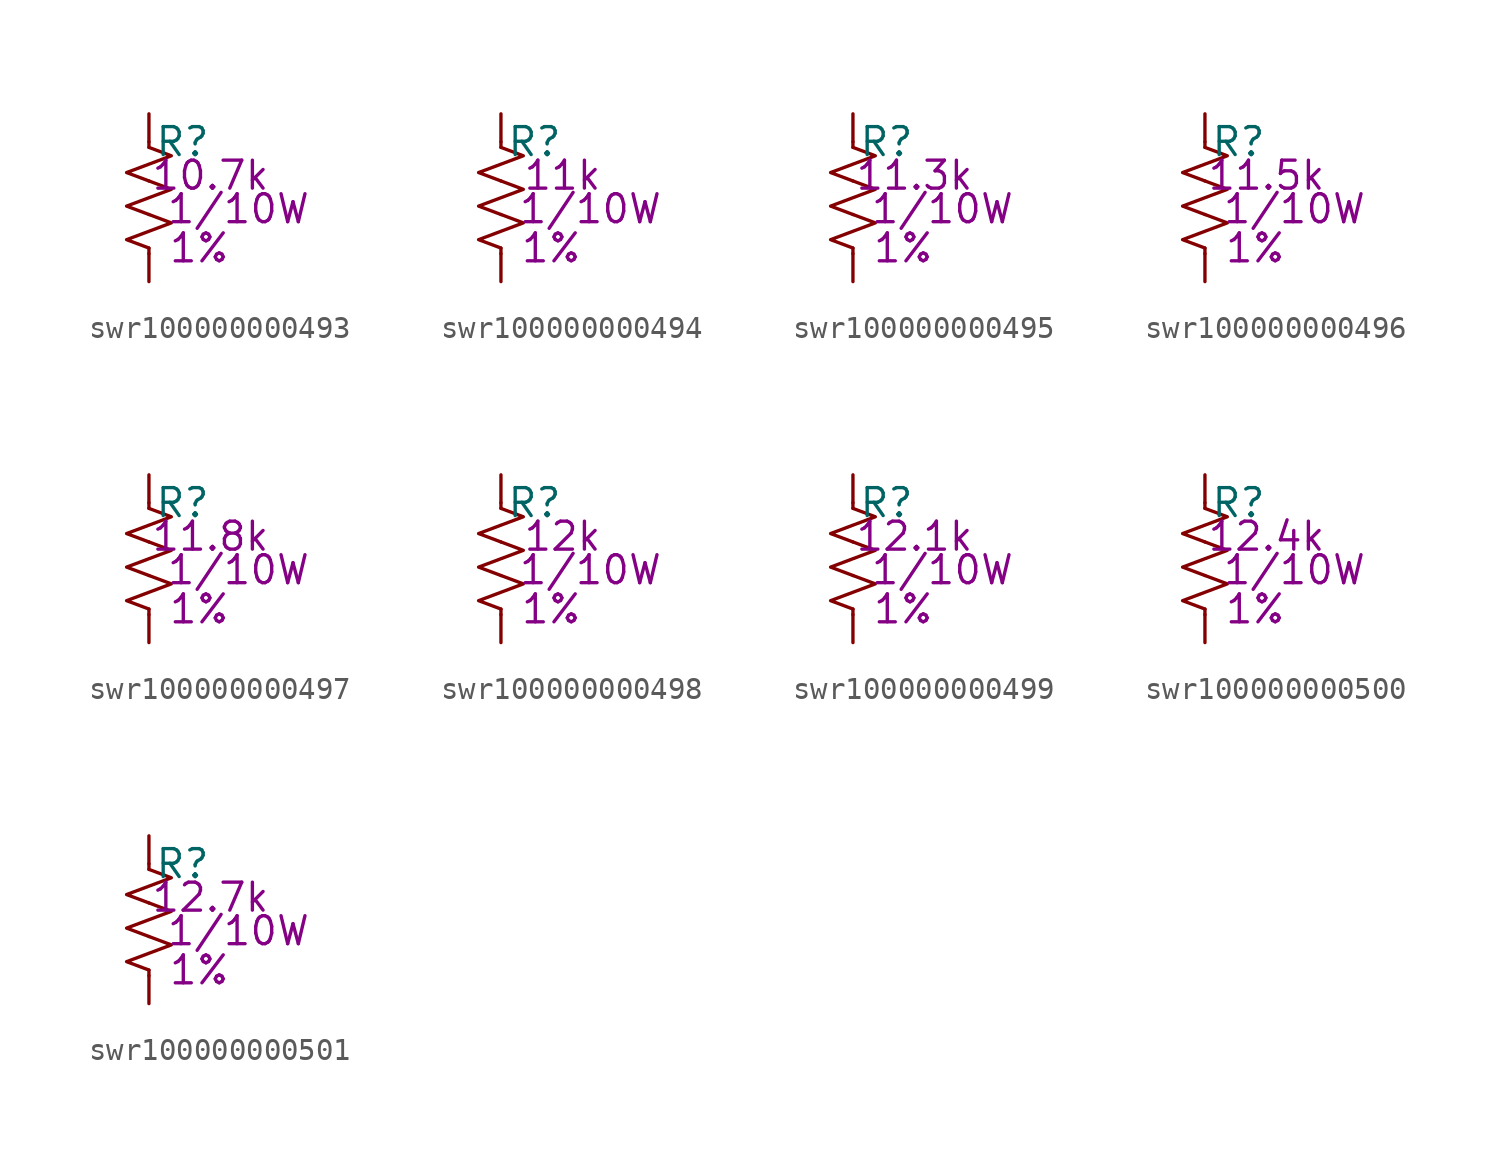
<source format=kicad_sym>
(kicad_symbol_lib
  (version 20211014)
  (generator kicad_symbol_editor)
  (symbol "swr100000000493"
    (pin_numbers hide)
    (pin_names
      (offset 1.016))
    (property "Reference" "R"
      (at 1.524 2.54 0)
      (effects (font (size 1.27 1.27))))
    (property "Tolerance" "1%"
      (at 2.286 -2.286 0)
      (effects (font (size 1.27 1.27))))
    (property "Wattage" "1/10W"
      (at 4.064 -0.508 0)
      (effects (font (size 1.27 1.27))))
    (property "PartValue" "10.7k"
      (at 2.794 1.016 0)
      (effects (font (size 1.27 1.27))))
    (symbol "swr100000000493_1_1"
      (polyline (pts (xy 0 -2.286) (xy 0 -2.54)) (stroke (width 0) (type default) (color 0 0 0 0)) (fill (type none)))
      (polyline (pts (xy 0 2.286) (xy 0 2.54)) (stroke (width 0) (type default) (color 0 0 0 0)) (fill (type none)))
      (polyline (pts (xy 0 -0.762) (xy 1.016 -1.143) (xy 0 -1.524) (xy -1.016 -1.905) (xy 0 -2.286)) (stroke (width 0) (type default) (color 0 0 0 0)) (fill (type none)))
      (polyline (pts (xy 0 0.762) (xy 1.016 0.381) (xy 0 0) (xy -1.016 -0.381) (xy 0 -0.762)) (stroke (width 0) (type default) (color 0 0 0 0)) (fill (type none)))
      (polyline (pts (xy 0 2.286) (xy 1.016 1.905) (xy 0 1.524) (xy -1.016 1.143) (xy 0 0.762)) (stroke (width 0) (type default) (color 0 0 0 0)) (fill (type none)))
      (pin passive line (at 0 3.81 270) (length 1.27) (name "~" (effects (font (size 1.27 1.27)))) (number "1" (effects (font (size 1.27 1.27)))))
      (pin passive line (at 0 -3.81 90) (length 1.27) (name "~" (effects (font (size 1.27 1.27)))) (number "2" (effects (font (size 1.27 1.27)))))))
  (symbol "swr100000000494"
    (pin_numbers hide)
    (pin_names
      (offset 1.016))
    (property "Reference" "R"
      (at 1.524 2.54 0)
      (effects (font (size 1.27 1.27))))
    (property "Tolerance" "1%"
      (at 2.286 -2.286 0)
      (effects (font (size 1.27 1.27))))
    (property "Wattage" "1/10W"
      (at 4.064 -0.508 0)
      (effects (font (size 1.27 1.27))))
    (property "PartValue" "11k"
      (at 2.794 1.016 0)
      (effects (font (size 1.27 1.27))))
    (symbol "swr100000000494_1_1"
      (polyline (pts (xy 0 -2.286) (xy 0 -2.54)) (stroke (width 0) (type default) (color 0 0 0 0)) (fill (type none)))
      (polyline (pts (xy 0 2.286) (xy 0 2.54)) (stroke (width 0) (type default) (color 0 0 0 0)) (fill (type none)))
      (polyline (pts (xy 0 -0.762) (xy 1.016 -1.143) (xy 0 -1.524) (xy -1.016 -1.905) (xy 0 -2.286)) (stroke (width 0) (type default) (color 0 0 0 0)) (fill (type none)))
      (polyline (pts (xy 0 0.762) (xy 1.016 0.381) (xy 0 0) (xy -1.016 -0.381) (xy 0 -0.762)) (stroke (width 0) (type default) (color 0 0 0 0)) (fill (type none)))
      (polyline (pts (xy 0 2.286) (xy 1.016 1.905) (xy 0 1.524) (xy -1.016 1.143) (xy 0 0.762)) (stroke (width 0) (type default) (color 0 0 0 0)) (fill (type none)))
      (pin passive line (at 0 3.81 270) (length 1.27) (name "~" (effects (font (size 1.27 1.27)))) (number "1" (effects (font (size 1.27 1.27)))))
      (pin passive line (at 0 -3.81 90) (length 1.27) (name "~" (effects (font (size 1.27 1.27)))) (number "2" (effects (font (size 1.27 1.27)))))))
  (symbol "swr100000000495"
    (pin_numbers hide)
    (pin_names
      (offset 1.016))
    (property "Reference" "R"
      (at 1.524 2.54 0)
      (effects (font (size 1.27 1.27))))
    (property "Tolerance" "1%"
      (at 2.286 -2.286 0)
      (effects (font (size 1.27 1.27))))
    (property "Wattage" "1/10W"
      (at 4.064 -0.508 0)
      (effects (font (size 1.27 1.27))))
    (property "PartValue" "11.3k"
      (at 2.794 1.016 0)
      (effects (font (size 1.27 1.27))))
    (symbol "swr100000000495_1_1"
      (polyline (pts (xy 0 -2.286) (xy 0 -2.54)) (stroke (width 0) (type default) (color 0 0 0 0)) (fill (type none)))
      (polyline (pts (xy 0 2.286) (xy 0 2.54)) (stroke (width 0) (type default) (color 0 0 0 0)) (fill (type none)))
      (polyline (pts (xy 0 -0.762) (xy 1.016 -1.143) (xy 0 -1.524) (xy -1.016 -1.905) (xy 0 -2.286)) (stroke (width 0) (type default) (color 0 0 0 0)) (fill (type none)))
      (polyline (pts (xy 0 0.762) (xy 1.016 0.381) (xy 0 0) (xy -1.016 -0.381) (xy 0 -0.762)) (stroke (width 0) (type default) (color 0 0 0 0)) (fill (type none)))
      (polyline (pts (xy 0 2.286) (xy 1.016 1.905) (xy 0 1.524) (xy -1.016 1.143) (xy 0 0.762)) (stroke (width 0) (type default) (color 0 0 0 0)) (fill (type none)))
      (pin passive line (at 0 3.81 270) (length 1.27) (name "~" (effects (font (size 1.27 1.27)))) (number "1" (effects (font (size 1.27 1.27)))))
      (pin passive line (at 0 -3.81 90) (length 1.27) (name "~" (effects (font (size 1.27 1.27)))) (number "2" (effects (font (size 1.27 1.27)))))))
  (symbol "swr100000000496"
    (pin_numbers hide)
    (pin_names
      (offset 1.016))
    (property "Reference" "R"
      (at 1.524 2.54 0)
      (effects (font (size 1.27 1.27))))
    (property "Tolerance" "1%"
      (at 2.286 -2.286 0)
      (effects (font (size 1.27 1.27))))
    (property "Wattage" "1/10W"
      (at 4.064 -0.508 0)
      (effects (font (size 1.27 1.27))))
    (property "PartValue" "11.5k"
      (at 2.794 1.016 0)
      (effects (font (size 1.27 1.27))))
    (symbol "swr100000000496_1_1"
      (polyline (pts (xy 0 -2.286) (xy 0 -2.54)) (stroke (width 0) (type default) (color 0 0 0 0)) (fill (type none)))
      (polyline (pts (xy 0 2.286) (xy 0 2.54)) (stroke (width 0) (type default) (color 0 0 0 0)) (fill (type none)))
      (polyline (pts (xy 0 -0.762) (xy 1.016 -1.143) (xy 0 -1.524) (xy -1.016 -1.905) (xy 0 -2.286)) (stroke (width 0) (type default) (color 0 0 0 0)) (fill (type none)))
      (polyline (pts (xy 0 0.762) (xy 1.016 0.381) (xy 0 0) (xy -1.016 -0.381) (xy 0 -0.762)) (stroke (width 0) (type default) (color 0 0 0 0)) (fill (type none)))
      (polyline (pts (xy 0 2.286) (xy 1.016 1.905) (xy 0 1.524) (xy -1.016 1.143) (xy 0 0.762)) (stroke (width 0) (type default) (color 0 0 0 0)) (fill (type none)))
      (pin passive line (at 0 3.81 270) (length 1.27) (name "~" (effects (font (size 1.27 1.27)))) (number "1" (effects (font (size 1.27 1.27)))))
      (pin passive line (at 0 -3.81 90) (length 1.27) (name "~" (effects (font (size 1.27 1.27)))) (number "2" (effects (font (size 1.27 1.27)))))))
  (symbol "swr100000000497"
    (pin_numbers hide)
    (pin_names
      (offset 1.016))
    (property "Reference" "R"
      (at 1.524 2.54 0)
      (effects (font (size 1.27 1.27))))
    (property "Tolerance" "1%"
      (at 2.286 -2.286 0)
      (effects (font (size 1.27 1.27))))
    (property "Wattage" "1/10W"
      (at 4.064 -0.508 0)
      (effects (font (size 1.27 1.27))))
    (property "PartValue" "11.8k"
      (at 2.794 1.016 0)
      (effects (font (size 1.27 1.27))))
    (symbol "swr100000000497_1_1"
      (polyline (pts (xy 0 -2.286) (xy 0 -2.54)) (stroke (width 0) (type default) (color 0 0 0 0)) (fill (type none)))
      (polyline (pts (xy 0 2.286) (xy 0 2.54)) (stroke (width 0) (type default) (color 0 0 0 0)) (fill (type none)))
      (polyline (pts (xy 0 -0.762) (xy 1.016 -1.143) (xy 0 -1.524) (xy -1.016 -1.905) (xy 0 -2.286)) (stroke (width 0) (type default) (color 0 0 0 0)) (fill (type none)))
      (polyline (pts (xy 0 0.762) (xy 1.016 0.381) (xy 0 0) (xy -1.016 -0.381) (xy 0 -0.762)) (stroke (width 0) (type default) (color 0 0 0 0)) (fill (type none)))
      (polyline (pts (xy 0 2.286) (xy 1.016 1.905) (xy 0 1.524) (xy -1.016 1.143) (xy 0 0.762)) (stroke (width 0) (type default) (color 0 0 0 0)) (fill (type none)))
      (pin passive line (at 0 3.81 270) (length 1.27) (name "~" (effects (font (size 1.27 1.27)))) (number "1" (effects (font (size 1.27 1.27)))))
      (pin passive line (at 0 -3.81 90) (length 1.27) (name "~" (effects (font (size 1.27 1.27)))) (number "2" (effects (font (size 1.27 1.27)))))))
  (symbol "swr100000000498"
    (pin_numbers hide)
    (pin_names
      (offset 1.016))
    (property "Reference" "R"
      (at 1.524 2.54 0)
      (effects (font (size 1.27 1.27))))
    (property "Tolerance" "1%"
      (at 2.286 -2.286 0)
      (effects (font (size 1.27 1.27))))
    (property "Wattage" "1/10W"
      (at 4.064 -0.508 0)
      (effects (font (size 1.27 1.27))))
    (property "PartValue" "12k"
      (at 2.794 1.016 0)
      (effects (font (size 1.27 1.27))))
    (symbol "swr100000000498_1_1"
      (polyline (pts (xy 0 -2.286) (xy 0 -2.54)) (stroke (width 0) (type default) (color 0 0 0 0)) (fill (type none)))
      (polyline (pts (xy 0 2.286) (xy 0 2.54)) (stroke (width 0) (type default) (color 0 0 0 0)) (fill (type none)))
      (polyline (pts (xy 0 -0.762) (xy 1.016 -1.143) (xy 0 -1.524) (xy -1.016 -1.905) (xy 0 -2.286)) (stroke (width 0) (type default) (color 0 0 0 0)) (fill (type none)))
      (polyline (pts (xy 0 0.762) (xy 1.016 0.381) (xy 0 0) (xy -1.016 -0.381) (xy 0 -0.762)) (stroke (width 0) (type default) (color 0 0 0 0)) (fill (type none)))
      (polyline (pts (xy 0 2.286) (xy 1.016 1.905) (xy 0 1.524) (xy -1.016 1.143) (xy 0 0.762)) (stroke (width 0) (type default) (color 0 0 0 0)) (fill (type none)))
      (pin passive line (at 0 3.81 270) (length 1.27) (name "~" (effects (font (size 1.27 1.27)))) (number "1" (effects (font (size 1.27 1.27)))))
      (pin passive line (at 0 -3.81 90) (length 1.27) (name "~" (effects (font (size 1.27 1.27)))) (number "2" (effects (font (size 1.27 1.27)))))))
  (symbol "swr100000000499"
    (pin_numbers hide)
    (pin_names
      (offset 1.016))
    (property "Reference" "R"
      (at 1.524 2.54 0)
      (effects (font (size 1.27 1.27))))
    (property "Tolerance" "1%"
      (at 2.286 -2.286 0)
      (effects (font (size 1.27 1.27))))
    (property "Wattage" "1/10W"
      (at 4.064 -0.508 0)
      (effects (font (size 1.27 1.27))))
    (property "PartValue" "12.1k"
      (at 2.794 1.016 0)
      (effects (font (size 1.27 1.27))))
    (symbol "swr100000000499_1_1"
      (polyline (pts (xy 0 -2.286) (xy 0 -2.54)) (stroke (width 0) (type default) (color 0 0 0 0)) (fill (type none)))
      (polyline (pts (xy 0 2.286) (xy 0 2.54)) (stroke (width 0) (type default) (color 0 0 0 0)) (fill (type none)))
      (polyline (pts (xy 0 -0.762) (xy 1.016 -1.143) (xy 0 -1.524) (xy -1.016 -1.905) (xy 0 -2.286)) (stroke (width 0) (type default) (color 0 0 0 0)) (fill (type none)))
      (polyline (pts (xy 0 0.762) (xy 1.016 0.381) (xy 0 0) (xy -1.016 -0.381) (xy 0 -0.762)) (stroke (width 0) (type default) (color 0 0 0 0)) (fill (type none)))
      (polyline (pts (xy 0 2.286) (xy 1.016 1.905) (xy 0 1.524) (xy -1.016 1.143) (xy 0 0.762)) (stroke (width 0) (type default) (color 0 0 0 0)) (fill (type none)))
      (pin passive line (at 0 3.81 270) (length 1.27) (name "~" (effects (font (size 1.27 1.27)))) (number "1" (effects (font (size 1.27 1.27)))))
      (pin passive line (at 0 -3.81 90) (length 1.27) (name "~" (effects (font (size 1.27 1.27)))) (number "2" (effects (font (size 1.27 1.27)))))))
  (symbol "swr100000000500"
    (pin_numbers hide)
    (pin_names
      (offset 1.016))
    (property "Reference" "R"
      (at 1.524 2.54 0)
      (effects (font (size 1.27 1.27))))
    (property "Tolerance" "1%"
      (at 2.286 -2.286 0)
      (effects (font (size 1.27 1.27))))
    (property "Wattage" "1/10W"
      (at 4.064 -0.508 0)
      (effects (font (size 1.27 1.27))))
    (property "PartValue" "12.4k"
      (at 2.794 1.016 0)
      (effects (font (size 1.27 1.27))))
    (symbol "swr100000000500_1_1"
      (polyline (pts (xy 0 -2.286) (xy 0 -2.54)) (stroke (width 0) (type default) (color 0 0 0 0)) (fill (type none)))
      (polyline (pts (xy 0 2.286) (xy 0 2.54)) (stroke (width 0) (type default) (color 0 0 0 0)) (fill (type none)))
      (polyline (pts (xy 0 -0.762) (xy 1.016 -1.143) (xy 0 -1.524) (xy -1.016 -1.905) (xy 0 -2.286)) (stroke (width 0) (type default) (color 0 0 0 0)) (fill (type none)))
      (polyline (pts (xy 0 0.762) (xy 1.016 0.381) (xy 0 0) (xy -1.016 -0.381) (xy 0 -0.762)) (stroke (width 0) (type default) (color 0 0 0 0)) (fill (type none)))
      (polyline (pts (xy 0 2.286) (xy 1.016 1.905) (xy 0 1.524) (xy -1.016 1.143) (xy 0 0.762)) (stroke (width 0) (type default) (color 0 0 0 0)) (fill (type none)))
      (pin passive line (at 0 3.81 270) (length 1.27) (name "~" (effects (font (size 1.27 1.27)))) (number "1" (effects (font (size 1.27 1.27)))))
      (pin passive line (at 0 -3.81 90) (length 1.27) (name "~" (effects (font (size 1.27 1.27)))) (number "2" (effects (font (size 1.27 1.27)))))))
  (symbol "swr100000000501"
    (pin_numbers hide)
    (pin_names
      (offset 1.016))
    (property "Reference" "R"
      (at 1.524 2.54 0)
      (effects (font (size 1.27 1.27))))
    (property "Tolerance" "1%"
      (at 2.286 -2.286 0)
      (effects (font (size 1.27 1.27))))
    (property "Wattage" "1/10W"
      (at 4.064 -0.508 0)
      (effects (font (size 1.27 1.27))))
    (property "PartValue" "12.7k"
      (at 2.794 1.016 0)
      (effects (font (size 1.27 1.27))))
    (symbol "swr100000000501_1_1"
      (polyline (pts (xy 0 -2.286) (xy 0 -2.54)) (stroke (width 0) (type default) (color 0 0 0 0)) (fill (type none)))
      (polyline (pts (xy 0 2.286) (xy 0 2.54)) (stroke (width 0) (type default) (color 0 0 0 0)) (fill (type none)))
      (polyline (pts (xy 0 -0.762) (xy 1.016 -1.143) (xy 0 -1.524) (xy -1.016 -1.905) (xy 0 -2.286)) (stroke (width 0) (type default) (color 0 0 0 0)) (fill (type none)))
      (polyline (pts (xy 0 0.762) (xy 1.016 0.381) (xy 0 0) (xy -1.016 -0.381) (xy 0 -0.762)) (stroke (width 0) (type default) (color 0 0 0 0)) (fill (type none)))
      (polyline (pts (xy 0 2.286) (xy 1.016 1.905) (xy 0 1.524) (xy -1.016 1.143) (xy 0 0.762)) (stroke (width 0) (type default) (color 0 0 0 0)) (fill (type none)))
      (pin passive line (at 0 3.81 270) (length 1.27) (name "~" (effects (font (size 1.27 1.27)))) (number "1" (effects (font (size 1.27 1.27)))))
      (pin passive line (at 0 -3.81 90) (length 1.27) (name "~" (effects (font (size 1.27 1.27)))) (number "2" (effects (font (size 1.27 1.27))))))))
</source>
